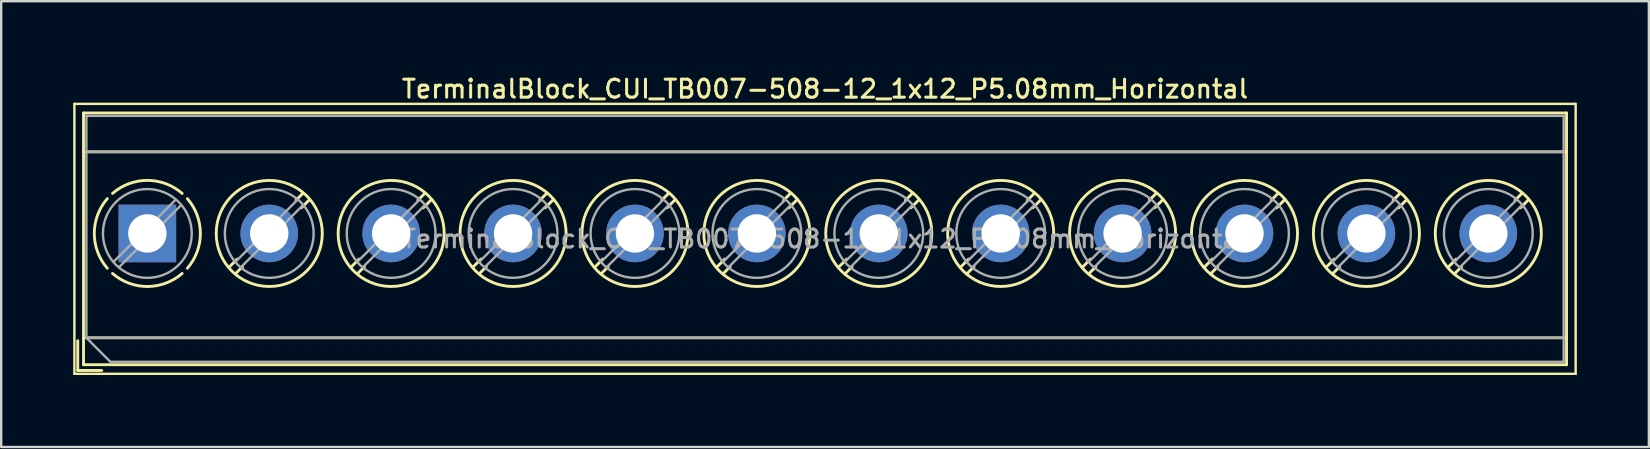
<source format=kicad_pcb>
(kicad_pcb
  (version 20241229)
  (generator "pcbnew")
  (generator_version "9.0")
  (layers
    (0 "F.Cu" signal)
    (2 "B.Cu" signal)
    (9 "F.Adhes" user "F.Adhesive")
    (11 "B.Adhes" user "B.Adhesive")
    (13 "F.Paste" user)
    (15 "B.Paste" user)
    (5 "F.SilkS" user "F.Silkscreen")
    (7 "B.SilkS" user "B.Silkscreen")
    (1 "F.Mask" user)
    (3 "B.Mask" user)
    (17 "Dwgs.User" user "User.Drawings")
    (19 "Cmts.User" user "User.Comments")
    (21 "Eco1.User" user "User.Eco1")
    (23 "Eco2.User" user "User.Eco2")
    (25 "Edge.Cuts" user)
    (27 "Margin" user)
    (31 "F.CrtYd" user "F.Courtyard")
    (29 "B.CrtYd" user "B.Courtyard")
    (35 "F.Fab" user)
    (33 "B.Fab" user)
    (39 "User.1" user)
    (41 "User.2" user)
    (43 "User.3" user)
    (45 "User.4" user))
  (footprint "TerminalBlock_CUI_TB007-508-12_1x12_P5.08mm_Horizontal"
    (layer "F.Cu")
    (at 3.09 6.678)
    (property "Reference" "TerminalBlock_CUI_TB007-508-12_1x12_P5.08mm_Horizontal" (at 28.24 -6.02 0) (layer "F.SilkS") (effects (font (size 0.75 0.75) (thickness 0.125))))
    (attr through_hole)
    (fp_line (start -3.04 -5.4) (end -3.04 5.85) (stroke (width 0.1) (type solid)) (layer "F.SilkS"))
    (fp_line (start -3.04 5.85) (end 59.52 5.85) (stroke (width 0.1) (type solid)) (layer "F.SilkS"))
    (fp_line (start -2.9 4.47) (end -2.9 5.71) (stroke (width 0.12) (type solid)) (layer "F.SilkS"))
    (fp_line (start -2.9 5.71) (end -1.9 5.71) (stroke (width 0.12) (type solid)) (layer "F.SilkS"))
    (fp_line (start -2.66 -5.02) (end -2.66 5.47) (stroke (width 0.12) (type solid)) (layer "F.SilkS"))
    (fp_line (start -2.66 -5.02) (end 59.14 -5.02) (stroke (width 0.12) (type solid)) (layer "F.SilkS"))
    (fp_line (start -2.66 -3.401) (end 59.14 -3.401) (stroke (width 0.12) (type solid)) (layer "F.SilkS"))
    (fp_line (start -2.66 4.35) (end 59.14 4.35) (stroke (width 0.12) (type solid)) (layer "F.SilkS"))
    (fp_line (start -2.66 5.47) (end 59.14 5.47) (stroke (width 0.12) (type solid)) (layer "F.SilkS"))
    (fp_line (start 3.743 1.068) (end 3.404 1.407) (stroke (width 0.12) (type solid)) (layer "F.SilkS"))
    (fp_line (start 3.967 1.384) (end 3.674 1.676) (stroke (width 0.12) (type solid)) (layer "F.SilkS"))
    (fp_line (start 6.487 -1.676) (end 6.194 -1.384) (stroke (width 0.12) (type solid)) (layer "F.SilkS"))
    (fp_line (start 6.757 -1.407) (end 6.418 -1.068) (stroke (width 0.12) (type solid)) (layer "F.SilkS"))
    (fp_line (start 8.823 1.068) (end 8.484 1.407) (stroke (width 0.12) (type solid)) (layer "F.SilkS"))
    (fp_line (start 9.047 1.384) (end 8.754 1.676) (stroke (width 0.12) (type solid)) (layer "F.SilkS"))
    (fp_line (start 11.567 -1.676) (end 11.274 -1.384) (stroke (width 0.12) (type solid)) (layer "F.SilkS"))
    (fp_line (start 11.837 -1.407) (end 11.498 -1.068) (stroke (width 0.12) (type solid)) (layer "F.SilkS"))
    (fp_line (start 13.903 1.068) (end 13.564 1.407) (stroke (width 0.12) (type solid)) (layer "F.SilkS"))
    (fp_line (start 14.127 1.384) (end 13.834 1.676) (stroke (width 0.12) (type solid)) (layer "F.SilkS"))
    (fp_line (start 16.647 -1.676) (end 16.354 -1.384) (stroke (width 0.12) (type solid)) (layer "F.SilkS"))
    (fp_line (start 16.917 -1.407) (end 16.578 -1.068) (stroke (width 0.12) (type solid)) (layer "F.SilkS"))
    (fp_line (start 18.983 1.068) (end 18.644 1.407) (stroke (width 0.12) (type solid)) (layer "F.SilkS"))
    (fp_line (start 19.207 1.384) (end 18.914 1.676) (stroke (width 0.12) (type solid)) (layer "F.SilkS"))
    (fp_line (start 21.727 -1.676) (end 21.434 -1.384) (stroke (width 0.12) (type solid)) (layer "F.SilkS"))
    (fp_line (start 21.997 -1.407) (end 21.658 -1.068) (stroke (width 0.12) (type solid)) (layer "F.SilkS"))
    (fp_line (start 24.063 1.068) (end 23.724 1.407) (stroke (width 0.12) (type solid)) (layer "F.SilkS"))
    (fp_line (start 24.287 1.384) (end 23.994 1.676) (stroke (width 0.12) (type solid)) (layer "F.SilkS"))
    (fp_line (start 26.807 -1.676) (end 26.514 -1.384) (stroke (width 0.12) (type solid)) (layer "F.SilkS"))
    (fp_line (start 27.077 -1.407) (end 26.738 -1.068) (stroke (width 0.12) (type solid)) (layer "F.SilkS"))
    (fp_line (start 29.143 1.068) (end 28.804 1.407) (stroke (width 0.12) (type solid)) (layer "F.SilkS"))
    (fp_line (start 29.367 1.384) (end 29.074 1.676) (stroke (width 0.12) (type solid)) (layer "F.SilkS"))
    (fp_line (start 31.887 -1.676) (end 31.594 -1.384) (stroke (width 0.12) (type solid)) (layer "F.SilkS"))
    (fp_line (start 32.157 -1.407) (end 31.818 -1.068) (stroke (width 0.12) (type solid)) (layer "F.SilkS"))
    (fp_line (start 34.223 1.068) (end 33.884 1.407) (stroke (width 0.12) (type solid)) (layer "F.SilkS"))
    (fp_line (start 34.447 1.384) (end 34.154 1.676) (stroke (width 0.12) (type solid)) (layer "F.SilkS"))
    (fp_line (start 36.967 -1.676) (end 36.674 -1.384) (stroke (width 0.12) (type solid)) (layer "F.SilkS"))
    (fp_line (start 37.237 -1.407) (end 36.898 -1.068) (stroke (width 0.12) (type solid)) (layer "F.SilkS"))
    (fp_line (start 39.303 1.068) (end 38.964 1.407) (stroke (width 0.12) (type solid)) (layer "F.SilkS"))
    (fp_line (start 39.527 1.384) (end 39.234 1.676) (stroke (width 0.12) (type solid)) (layer "F.SilkS"))
    (fp_line (start 42.047 -1.676) (end 41.754 -1.384) (stroke (width 0.12) (type solid)) (layer "F.SilkS"))
    (fp_line (start 42.317 -1.407) (end 41.978 -1.068) (stroke (width 0.12) (type solid)) (layer "F.SilkS"))
    (fp_line (start 44.383 1.068) (end 44.044 1.407) (stroke (width 0.12) (type solid)) (layer "F.SilkS"))
    (fp_line (start 44.607 1.384) (end 44.314 1.676) (stroke (width 0.12) (type solid)) (layer "F.SilkS"))
    (fp_line (start 47.127 -1.676) (end 46.834 -1.384) (stroke (width 0.12) (type solid)) (layer "F.SilkS"))
    (fp_line (start 47.397 -1.407) (end 47.058 -1.068) (stroke (width 0.12) (type solid)) (layer "F.SilkS"))
    (fp_line (start 49.463 1.068) (end 49.124 1.407) (stroke (width 0.12) (type solid)) (layer "F.SilkS"))
    (fp_line (start 49.687 1.384) (end 49.394 1.676) (stroke (width 0.12) (type solid)) (layer "F.SilkS"))
    (fp_line (start 52.207 -1.676) (end 51.914 -1.384) (stroke (width 0.12) (type solid)) (layer "F.SilkS"))
    (fp_line (start 52.477 -1.407) (end 52.138 -1.068) (stroke (width 0.12) (type solid)) (layer "F.SilkS"))
    (fp_line (start 54.543 1.068) (end 54.204 1.407) (stroke (width 0.12) (type solid)) (layer "F.SilkS"))
    (fp_line (start 54.767 1.384) (end 54.474 1.676) (stroke (width 0.12) (type solid)) (layer "F.SilkS"))
    (fp_line (start 57.287 -1.676) (end 56.994 -1.384) (stroke (width 0.12) (type solid)) (layer "F.SilkS"))
    (fp_line (start 57.557 -1.407) (end 57.218 -1.068) (stroke (width 0.12) (type solid)) (layer "F.SilkS"))
    (fp_line (start 59.14 -5.02) (end 59.14 5.47) (stroke (width 0.12) (type solid)) (layer "F.SilkS"))
    (fp_line (start 59.52 -5.4) (end -3.04 -5.4) (stroke (width 0.1) (type solid)) (layer "F.SilkS"))
    (fp_line (start 59.52 5.85) (end 59.52 -5.4) (stroke (width 0.1) (type solid)) (layer "F.SilkS"))
    (fp_arc (start -1.66902 1.449827) (mid -2.210797 -0.000777) (end -1.668 -1.451) (stroke (width 0.12) (type solid)) (layer "F.SilkS"))
    (fp_arc (start -1.449827 -1.66902) (mid 0.000777 -2.210797) (end 1.451 -1.668) (stroke (width 0.12) (type solid)) (layer "F.SilkS"))
    (fp_arc (start 0.037807 2.210474) (mid -0.756867 2.077204) (end -1.451 1.668) (stroke (width 0.12) (type solid)) (layer "F.SilkS"))
    (fp_arc (start 1.44989 1.667908) (mid 0.773958 2.070046) (end 0 2.21) (stroke (width 0.12) (type solid)) (layer "F.SilkS"))
    (fp_arc (start 1.668029 -1.449966) (mid 2.210141 0.000022) (end 1.668 1.45) (stroke (width 0.12) (type solid)) (layer "F.SilkS"))
    (fp_circle (center 5.08 0) (end 7.29 0) (stroke (width 0.12) (type solid)) (fill no) (layer "F.SilkS"))
    (fp_circle (center 10.16 0) (end 12.37 0) (stroke (width 0.12) (type solid)) (fill no) (layer "F.SilkS"))
    (fp_circle (center 15.24 0) (end 17.45 0) (stroke (width 0.12) (type solid)) (fill no) (layer "F.SilkS"))
    (fp_circle (center 20.32 0) (end 22.53 0) (stroke (width 0.12) (type solid)) (fill no) (layer "F.SilkS"))
    (fp_circle (center 25.4 0) (end 27.61 0) (stroke (width 0.12) (type solid)) (fill no) (layer "F.SilkS"))
    (fp_circle (center 30.48 0) (end 32.69 0) (stroke (width 0.12) (type solid)) (fill no) (layer "F.SilkS"))
    (fp_circle (center 35.56 0) (end 37.77 0) (stroke (width 0.12) (type solid)) (fill no) (layer "F.SilkS"))
    (fp_circle (center 40.64 0) (end 42.85 0) (stroke (width 0.12) (type solid)) (fill no) (layer "F.SilkS"))
    (fp_circle (center 45.72 0) (end 47.93 0) (stroke (width 0.12) (type solid)) (fill no) (layer "F.SilkS"))
    (fp_circle (center 50.8 0) (end 53.01 0) (stroke (width 0.12) (type solid)) (fill no) (layer "F.SilkS"))
    (fp_circle (center 55.88 0) (end 58.09 0) (stroke (width 0.12) (type solid)) (fill no) (layer "F.SilkS"))
    (fp_line (start -2.54 -4.9) (end 59.02 -4.9) (stroke (width 0.1) (type solid)) (layer "F.Fab"))
    (fp_line (start -2.54 -3.4) (end 59.02 -3.4) (stroke (width 0.1) (type solid)) (layer "F.Fab"))
    (fp_line (start -2.54 4.35) (end -2.54 -4.9) (stroke (width 0.1) (type solid)) (layer "F.Fab"))
    (fp_line (start -2.54 4.35) (end 59.02 4.35) (stroke (width 0.1) (type solid)) (layer "F.Fab"))
    (fp_line (start -1.54 5.35) (end -2.54 4.35) (stroke (width 0.1) (type solid)) (layer "F.Fab"))
    (fp_line (start 1.178 -1.403) (end -1.404 1.178) (stroke (width 0.1) (type solid)) (layer "F.Fab"))
    (fp_line (start 1.404 -1.178) (end -1.178 1.403) (stroke (width 0.1) (type solid)) (layer "F.Fab"))
    (fp_line (start 6.258 -1.403) (end 3.677 1.178) (stroke (width 0.1) (type solid)) (layer "F.Fab"))
    (fp_line (start 6.484 -1.178) (end 3.903 1.403) (stroke (width 0.1) (type solid)) (layer "F.Fab"))
    (fp_line (start 11.338 -1.403) (end 8.757 1.178) (stroke (width 0.1) (type solid)) (layer "F.Fab"))
    (fp_line (start 11.564 -1.178) (end 8.983 1.403) (stroke (width 0.1) (type solid)) (layer "F.Fab"))
    (fp_line (start 16.418 -1.403) (end 13.837 1.178) (stroke (width 0.1) (type solid)) (layer "F.Fab"))
    (fp_line (start 16.644 -1.178) (end 14.063 1.403) (stroke (width 0.1) (type solid)) (layer "F.Fab"))
    (fp_line (start 21.498 -1.403) (end 18.917 1.178) (stroke (width 0.1) (type solid)) (layer "F.Fab"))
    (fp_line (start 21.724 -1.178) (end 19.143 1.403) (stroke (width 0.1) (type solid)) (layer "F.Fab"))
    (fp_line (start 26.578 -1.403) (end 23.997 1.178) (stroke (width 0.1) (type solid)) (layer "F.Fab"))
    (fp_line (start 26.804 -1.178) (end 24.223 1.403) (stroke (width 0.1) (type solid)) (layer "F.Fab"))
    (fp_line (start 31.658 -1.403) (end 29.077 1.178) (stroke (width 0.1) (type solid)) (layer "F.Fab"))
    (fp_line (start 31.884 -1.178) (end 29.303 1.403) (stroke (width 0.1) (type solid)) (layer "F.Fab"))
    (fp_line (start 36.738 -1.403) (end 34.157 1.178) (stroke (width 0.1) (type solid)) (layer "F.Fab"))
    (fp_line (start 36.964 -1.178) (end 34.383 1.403) (stroke (width 0.1) (type solid)) (layer "F.Fab"))
    (fp_line (start 41.818 -1.403) (end 39.237 1.178) (stroke (width 0.1) (type solid)) (layer "F.Fab"))
    (fp_line (start 42.044 -1.178) (end 39.463 1.403) (stroke (width 0.1) (type solid)) (layer "F.Fab"))
    (fp_line (start 46.898 -1.403) (end 44.317 1.178) (stroke (width 0.1) (type solid)) (layer "F.Fab"))
    (fp_line (start 47.124 -1.178) (end 44.543 1.403) (stroke (width 0.1) (type solid)) (layer "F.Fab"))
    (fp_line (start 51.978 -1.403) (end 49.397 1.178) (stroke (width 0.1) (type solid)) (layer "F.Fab"))
    (fp_line (start 52.204 -1.178) (end 49.623 1.403) (stroke (width 0.1) (type solid)) (layer "F.Fab"))
    (fp_line (start 57.058 -1.403) (end 54.477 1.178) (stroke (width 0.1) (type solid)) (layer "F.Fab"))
    (fp_line (start 57.284 -1.178) (end 54.703 1.403) (stroke (width 0.1) (type solid)) (layer "F.Fab"))
    (fp_line (start 59.02 -4.9) (end 59.02 5.35) (stroke (width 0.1) (type solid)) (layer "F.Fab"))
    (fp_line (start 59.02 5.35) (end -1.54 5.35) (stroke (width 0.1) (type solid)) (layer "F.Fab"))
    (fp_circle (center 0 0) (end 1.85 0) (stroke (width 0.1) (type solid)) (fill no) (layer "F.Fab"))
    (fp_circle (center 5.08 0) (end 6.93 0) (stroke (width 0.1) (type solid)) (fill no) (layer "F.Fab"))
    (fp_circle (center 10.16 0) (end 12.01 0) (stroke (width 0.1) (type solid)) (fill no) (layer "F.Fab"))
    (fp_circle (center 15.24 0) (end 17.09 0) (stroke (width 0.1) (type solid)) (fill no) (layer "F.Fab"))
    (fp_circle (center 20.32 0) (end 22.17 0) (stroke (width 0.1) (type solid)) (fill no) (layer "F.Fab"))
    (fp_circle (center 25.4 0) (end 27.25 0) (stroke (width 0.1) (type solid)) (fill no) (layer "F.Fab"))
    (fp_circle (center 30.48 0) (end 32.33 0) (stroke (width 0.1) (type solid)) (fill no) (layer "F.Fab"))
    (fp_circle (center 35.56 0) (end 37.41 0) (stroke (width 0.1) (type solid)) (fill no) (layer "F.Fab"))
    (fp_circle (center 40.64 0) (end 42.49 0) (stroke (width 0.1) (type solid)) (fill no) (layer "F.Fab"))
    (fp_circle (center 45.72 0) (end 47.57 0) (stroke (width 0.1) (type solid)) (fill no) (layer "F.Fab"))
    (fp_circle (center 50.8 0) (end 52.65 0) (stroke (width 0.1) (type solid)) (fill no) (layer "F.Fab"))
    (fp_circle (center 55.88 0) (end 57.73 0) (stroke (width 0.1) (type solid)) (fill no) (layer "F.Fab"))
    (fp_text user "${REFERENCE}" (at 28.24 0.225 0) (layer "F.Fab") (effects (font (size 0.75 0.75) (thickness 0.125))))
    (pad "1" thru_hole rect (at 0 0) (size 2.4 2.4) (drill 1.6) (layers "*.Cu" "*.Mask"))
    (pad "2" thru_hole circle (at 5.08 0) (size 2.4 2.4) (drill 1.6) (layers "*.Cu" "*.Mask"))
    (pad "3" thru_hole circle (at 10.16 0) (size 2.4 2.4) (drill 1.6) (layers "*.Cu" "*.Mask"))
    (pad "4" thru_hole circle (at 15.24 0) (size 2.4 2.4) (drill 1.6) (layers "*.Cu" "*.Mask"))
    (pad "5" thru_hole circle (at 20.32 0) (size 2.4 2.4) (drill 1.6) (layers "*.Cu" "*.Mask"))
    (pad "6" thru_hole circle (at 25.4 0) (size 2.4 2.4) (drill 1.6) (layers "*.Cu" "*.Mask"))
    (pad "7" thru_hole circle (at 30.48 0) (size 2.4 2.4) (drill 1.6) (layers "*.Cu" "*.Mask"))
    (pad "8" thru_hole circle (at 35.56 0) (size 2.4 2.4) (drill 1.6) (layers "*.Cu" "*.Mask"))
    (pad "9" thru_hole circle (at 40.64 0) (size 2.4 2.4) (drill 1.6) (layers "*.Cu" "*.Mask"))
    (pad "10" thru_hole circle (at 45.72 0) (size 2.4 2.4) (drill 1.6) (layers "*.Cu" "*.Mask"))
    (pad "11" thru_hole circle (at 50.8 0) (size 2.4 2.4) (drill 1.6) (layers "*.Cu" "*.Mask"))
    (pad "12" thru_hole circle (at 55.88 0) (size 2.4 2.4) (drill 1.6) (layers "*.Cu" "*.Mask")))
  (gr_rect
    (start -3 -3)
    (end 65.66 15.578)
    (stroke (width 0.1) (type default))
    (fill no)
    (layer "Edge.Cuts")))
</source>
